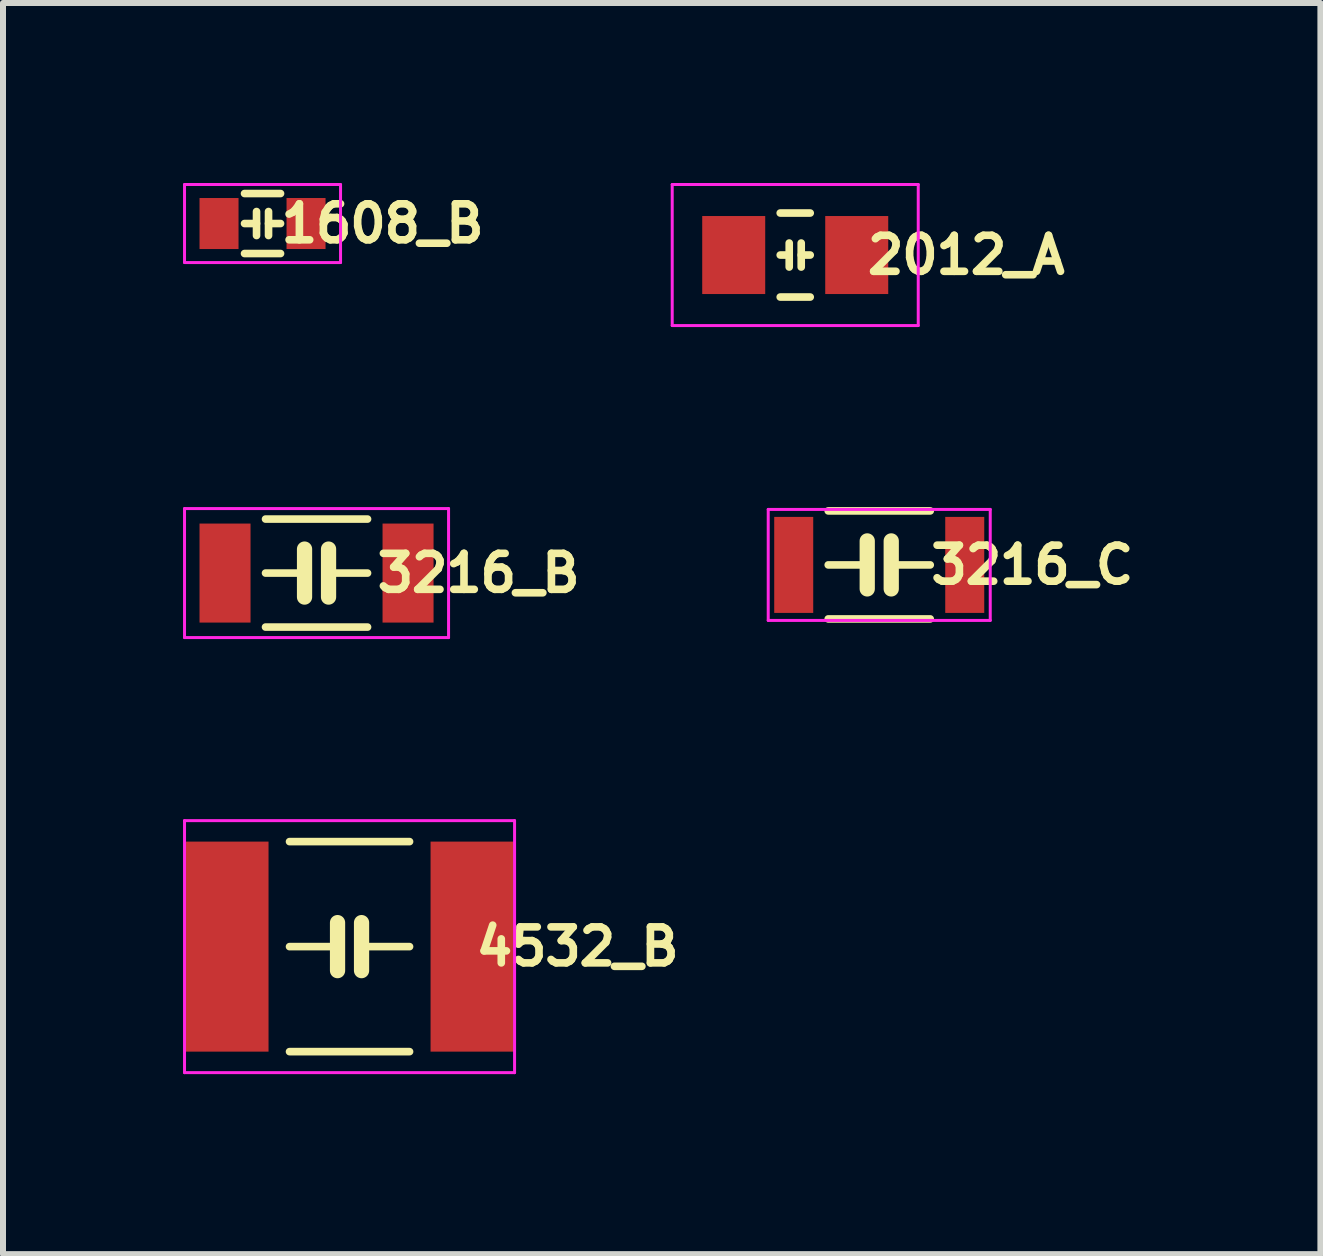
<source format=kicad_pcb>
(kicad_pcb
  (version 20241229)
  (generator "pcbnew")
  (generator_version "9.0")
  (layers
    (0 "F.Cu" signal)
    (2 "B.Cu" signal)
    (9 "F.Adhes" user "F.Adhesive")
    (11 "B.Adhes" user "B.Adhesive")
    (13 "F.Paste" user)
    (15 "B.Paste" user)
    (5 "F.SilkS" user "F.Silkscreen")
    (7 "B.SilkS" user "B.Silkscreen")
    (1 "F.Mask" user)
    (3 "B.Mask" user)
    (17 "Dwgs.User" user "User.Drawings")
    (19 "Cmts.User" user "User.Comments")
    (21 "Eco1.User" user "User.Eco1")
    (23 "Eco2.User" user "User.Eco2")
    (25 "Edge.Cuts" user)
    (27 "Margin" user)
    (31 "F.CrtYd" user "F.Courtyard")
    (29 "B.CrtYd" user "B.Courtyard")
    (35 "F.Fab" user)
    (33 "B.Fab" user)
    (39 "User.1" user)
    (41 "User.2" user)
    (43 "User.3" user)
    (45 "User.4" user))
  (footprint "1608_B"
    (layer "F.Cu")
    (at 1.325 0.675)
    (property "Reference" "1608_B" (at 2 0 180) (layer "F.SilkS") (effects (font (size 0.6 0.6) (thickness 0.127))))
    (attr smd)
    (fp_line (start -0.3 -0.5) (end 0.3 -0.5) (stroke (width 0.127) (type solid)) (layer "F.SilkS"))
    (fp_line (start -0.3 0.5) (end 0.3 0.5) (stroke (width 0.127) (type solid)) (layer "F.SilkS"))
    (fp_line (start -0.1 -0.2) (end -0.1 0.2) (stroke (width 0.127) (type solid)) (layer "F.SilkS"))
    (fp_line (start -0.1 0) (end -0.3 0) (stroke (width 0.127) (type solid)) (layer "F.SilkS"))
    (fp_line (start 0.1 -0.2) (end 0.1 0.2) (stroke (width 0.127) (type solid)) (layer "F.SilkS"))
    (fp_line (start 0.1 0) (end 0.3 0) (stroke (width 0.127) (type solid)) (layer "F.SilkS"))
    (fp_line (start -1.3 -0.65) (end 1.3 -0.65) (stroke (width 0.05) (type solid)) (layer "F.CrtYd"))
    (fp_line (start -1.3 0.65) (end -1.3 -0.65) (stroke (width 0.05) (type solid)) (layer "F.CrtYd"))
    (fp_line (start 1.3 -0.65) (end 1.3 0.65) (stroke (width 0.05) (type solid)) (layer "F.CrtYd"))
    (fp_line (start 1.3 0.65) (end -1.3 0.65) (stroke (width 0.05) (type solid)) (layer "F.CrtYd"))
    (pad "1" smd rect (at -0.725 0) (size 0.65 0.85) (layers "F.Cu" "F.Mask" "F.Paste"))
    (pad "2" smd rect (at 0.725 0) (size 0.65 0.85) (layers "F.Cu" "F.Mask" "F.Paste")))
  (footprint "3216_B"
    (layer "F.Cu")
    (at 2.225 6.5)
    (property "Reference" "3216_B" (at 2.7 0 180) (layer "F.SilkS") (effects (font (size 0.6 0.6) (thickness 0.127))))
    (attr smd)
    (fp_line (start -0.85 -0.9) (end 0.85 -0.9) (stroke (width 0.127) (type solid)) (layer "F.SilkS"))
    (fp_line (start -0.85 0.9) (end 0.85 0.9) (stroke (width 0.127) (type solid)) (layer "F.SilkS"))
    (fp_line (start -0.2 -0.4) (end -0.2 0.4) (stroke (width 0.254) (type solid)) (layer "F.SilkS"))
    (fp_line (start -0.2 0) (end -0.85 0) (stroke (width 0.127) (type solid)) (layer "F.SilkS"))
    (fp_line (start 0.2 -0.4) (end 0.2 0.4) (stroke (width 0.254) (type solid)) (layer "F.SilkS"))
    (fp_line (start 0.2 0) (end 0.85 0) (stroke (width 0.127) (type solid)) (layer "F.SilkS"))
    (fp_line (start -2.2 -1.075) (end -2.2 1.075) (stroke (width 0.05) (type solid)) (layer "F.CrtYd"))
    (fp_line (start -2.2 -1.075) (end 2.2 -1.075) (stroke (width 0.05) (type solid)) (layer "F.CrtYd"))
    (fp_line (start 2.2 -1.075) (end 2.2 1.075) (stroke (width 0.05) (type solid)) (layer "F.CrtYd"))
    (fp_line (start 2.2 1.075) (end -2.2 1.075) (stroke (width 0.05) (type solid)) (layer "F.CrtYd"))
    (pad "1" smd rect (at -1.525 0) (size 0.85 1.65) (layers "F.Cu" "F.Mask" "F.Paste"))
    (pad "2" smd rect (at 1.525 0) (size 0.85 1.65) (layers "F.Cu" "F.Mask" "F.Paste")))
  (footprint "4532_B"
    (layer "F.Cu")
    (at 2.775 12.725)
    (property "Reference" "4532_B" (at 3.8 0 180) (layer "F.SilkS") (effects (font (size 0.6 0.6) (thickness 0.127))))
    (attr smd)
    (fp_line (start -1 -1.75) (end 1 -1.75) (stroke (width 0.127) (type solid)) (layer "F.SilkS"))
    (fp_line (start -1 1.75) (end 1 1.75) (stroke (width 0.127) (type solid)) (layer "F.SilkS"))
    (fp_line (start -0.2 -0.4) (end -0.2 0.4) (stroke (width 0.254) (type solid)) (layer "F.SilkS"))
    (fp_line (start -0.2 0) (end -1 0) (stroke (width 0.127) (type solid)) (layer "F.SilkS"))
    (fp_line (start 0.2 -0.4) (end 0.2 0.4) (stroke (width 0.254) (type solid)) (layer "F.SilkS"))
    (fp_line (start 0.2 0) (end 1 0) (stroke (width 0.127) (type solid)) (layer "F.SilkS"))
    (fp_line (start -2.75 -2.1) (end -2.75 2.1) (stroke (width 0.05) (type solid)) (layer "F.CrtYd"))
    (fp_line (start -2.75 -2.1) (end 2.75 -2.1) (stroke (width 0.05) (type solid)) (layer "F.CrtYd"))
    (fp_line (start 2.75 -2.1) (end 2.75 2.1) (stroke (width 0.05) (type solid)) (layer "F.CrtYd"))
    (fp_line (start 2.75 2.1) (end -2.75 2.1) (stroke (width 0.05) (type solid)) (layer "F.CrtYd"))
    (pad "1" smd rect (at -2.05 0) (size 1.4 3.5) (layers "F.Cu" "F.Mask" "F.Paste"))
    (pad "2" smd rect (at 2.05 0) (size 1.4 3.5) (layers "F.Cu" "F.Mask" "F.Paste")))
  (footprint "3216_C"
    (layer "F.Cu")
    (at 11.602 6.364)
    (property "Reference" "3216_C" (at 2.55 0 180) (layer "F.SilkS") (effects (font (size 0.6 0.6) (thickness 0.127))))
    (attr smd)
    (fp_line (start -0.85 -0.9) (end 0.85 -0.9) (stroke (width 0.127) (type solid)) (layer "F.SilkS"))
    (fp_line (start -0.85 0.9) (end 0.85 0.9) (stroke (width 0.127) (type solid)) (layer "F.SilkS"))
    (fp_line (start -0.2 -0.4) (end -0.2 0.4) (stroke (width 0.254) (type solid)) (layer "F.SilkS"))
    (fp_line (start -0.2 0) (end -0.85 0) (stroke (width 0.127) (type solid)) (layer "F.SilkS"))
    (fp_line (start 0.2 -0.4) (end 0.2 0.4) (stroke (width 0.254) (type solid)) (layer "F.SilkS"))
    (fp_line (start 0.2 0) (end 0.85 0) (stroke (width 0.127) (type solid)) (layer "F.SilkS"))
    (fp_line (start -1.85 -0.925) (end -1.85 0.925) (stroke (width 0.05) (type solid)) (layer "F.CrtYd"))
    (fp_line (start -1.85 -0.925) (end 1.85 -0.925) (stroke (width 0.05) (type solid)) (layer "F.CrtYd"))
    (fp_line (start 1.85 -0.925) (end 1.85 0.925) (stroke (width 0.05) (type solid)) (layer "F.CrtYd"))
    (fp_line (start 1.85 0.925) (end -1.85 0.925) (stroke (width 0.05) (type solid)) (layer "F.CrtYd"))
    (pad "1" smd rect (at -1.425 0) (size 0.65 1.6) (layers "F.Cu" "F.Mask" "F.Paste"))
    (pad "2" smd rect (at 1.425 0) (size 0.65 1.6) (layers "F.Cu" "F.Mask" "F.Paste")))
  (footprint "2012_A"
    (layer "F.Cu")
    (at 10.202 1.2)
    (property "Reference" "2012_A" (at 2.85 0 0) (layer "F.SilkS") (effects (font (size 0.6 0.6) (thickness 0.127))))
    (attr smd)
    (fp_line (start -0.25 -0.7) (end 0.25 -0.7) (stroke (width 0.127) (type solid)) (layer "F.SilkS"))
    (fp_line (start -0.25 0.7) (end 0.25 0.7) (stroke (width 0.127) (type solid)) (layer "F.SilkS"))
    (fp_line (start -0.1 -0.2) (end -0.1 0.2) (stroke (width 0.127) (type solid)) (layer "F.SilkS"))
    (fp_line (start -0.1 0) (end -0.25 0) (stroke (width 0.127) (type solid)) (layer "F.SilkS"))
    (fp_line (start 0.1 -0.2) (end 0.1 0.2) (stroke (width 0.127) (type solid)) (layer "F.SilkS"))
    (fp_line (start 0.1 0) (end 0.25 0) (stroke (width 0.127) (type solid)) (layer "F.SilkS"))
    (fp_line (start -2.05 -1.175) (end 2.05 -1.175) (stroke (width 0.05) (type solid)) (layer "F.CrtYd"))
    (fp_line (start -2.05 1.175) (end -2.05 -1.175) (stroke (width 0.05) (type solid)) (layer "F.CrtYd"))
    (fp_line (start 2.05 -1.175) (end 2.05 1.175) (stroke (width 0.05) (type solid)) (layer "F.CrtYd"))
    (fp_line (start 2.05 1.175) (end -2.05 1.175) (stroke (width 0.05) (type solid)) (layer "F.CrtYd"))
    (pad "1" smd rect (at -1.025 0) (size 1.05 1.3) (layers "F.Cu" "F.Mask" "F.Paste"))
    (pad "2" smd rect (at 1.025 0) (size 1.05 1.3) (layers "F.Cu" "F.Mask" "F.Paste")))
  (gr_rect
    (start -3 -3)
    (end 18.954 17.85)
    (stroke (width 0.1) (type default))
    (fill no)
    (layer "Edge.Cuts")))
</source>
